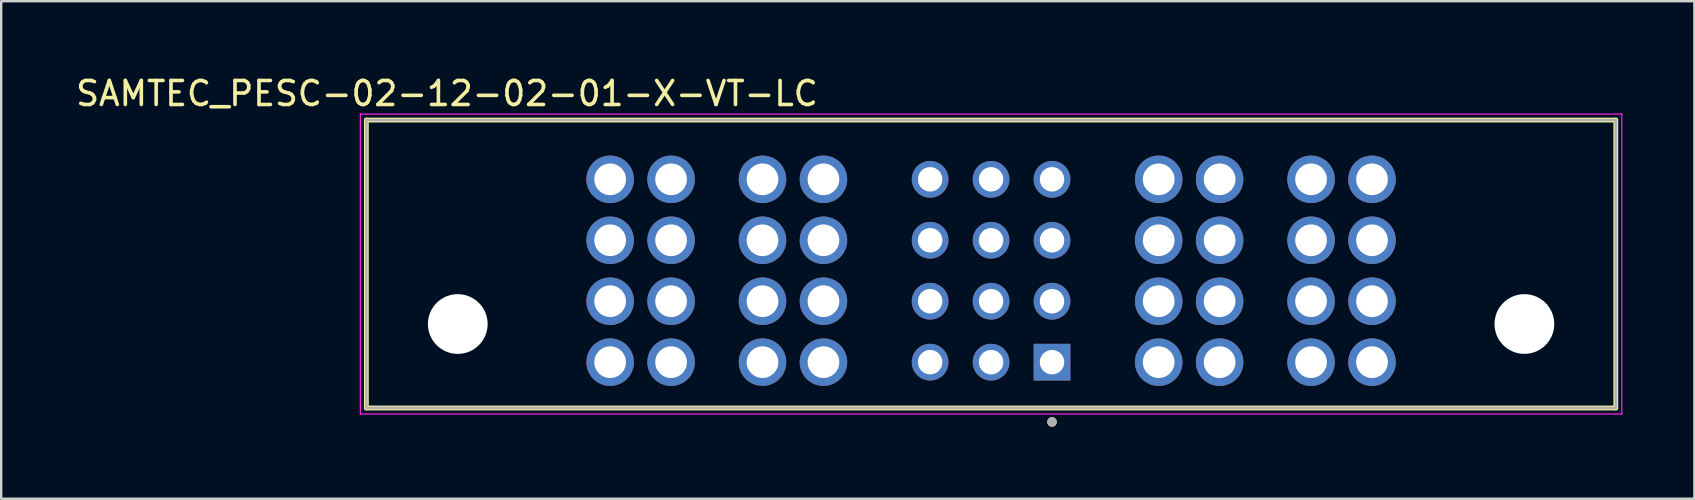
<source format=kicad_pcb>
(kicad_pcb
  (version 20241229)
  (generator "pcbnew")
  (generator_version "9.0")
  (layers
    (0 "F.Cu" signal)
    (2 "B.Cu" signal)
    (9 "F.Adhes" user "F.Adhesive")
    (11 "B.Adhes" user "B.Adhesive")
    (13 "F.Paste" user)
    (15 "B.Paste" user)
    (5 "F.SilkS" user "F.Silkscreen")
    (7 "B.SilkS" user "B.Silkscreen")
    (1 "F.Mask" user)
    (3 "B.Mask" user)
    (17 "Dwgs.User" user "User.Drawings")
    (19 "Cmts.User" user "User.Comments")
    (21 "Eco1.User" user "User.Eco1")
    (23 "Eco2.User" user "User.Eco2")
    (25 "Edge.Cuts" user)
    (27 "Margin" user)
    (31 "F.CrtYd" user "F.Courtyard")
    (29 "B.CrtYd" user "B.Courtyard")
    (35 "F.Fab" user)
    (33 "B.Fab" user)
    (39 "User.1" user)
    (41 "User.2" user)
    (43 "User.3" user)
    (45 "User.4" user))
  (footprint "SAMTEC_PESC-02-12-02-01-X-VT-LC"
    (layer "F.Cu")
    (at 38.252 10.453)
    (property "Reference" "SAMTEC_PESC-02-12-02-01-X-VT-LC" (at -22.675 -9.605 0) (layer "F.SilkS") (effects (font (size 1 1) (thickness 0.15))))
    (attr through_hole)
    (fp_line (start -26.035 -8.5) (end 26.035 -8.5) (stroke (width 0.2) (type solid)) (layer "F.SilkS"))
    (fp_line (start -26.035 3.5) (end -26.035 -8.5) (stroke (width 0.2) (type solid)) (layer "F.SilkS"))
    (fp_line (start 26.035 -8.5) (end 26.035 3.5) (stroke (width 0.2) (type solid)) (layer "F.SilkS"))
    (fp_line (start 26.035 3.5) (end -26.035 3.5) (stroke (width 0.2) (type solid)) (layer "F.SilkS"))
    (fp_circle (center 2.54 4.08) (end 2.64 4.08) (stroke (width 0.2) (type solid)) (fill no) (layer "F.SilkS"))
    (fp_line (start -26.285 -8.75) (end 26.285 -8.75) (stroke (width 0.05) (type solid)) (layer "F.CrtYd"))
    (fp_line (start -26.285 3.75) (end -26.285 -8.75) (stroke (width 0.05) (type solid)) (layer "F.CrtYd"))
    (fp_line (start 26.285 -8.75) (end 26.285 3.75) (stroke (width 0.05) (type solid)) (layer "F.CrtYd"))
    (fp_line (start 26.285 3.75) (end -26.285 3.75) (stroke (width 0.05) (type solid)) (layer "F.CrtYd"))
    (fp_line (start -26.035 -8.5) (end 26.035 -8.5) (stroke (width 0.1) (type solid)) (layer "F.Fab"))
    (fp_line (start -26.035 3.5) (end -26.035 -8.5) (stroke (width 0.1) (type solid)) (layer "F.Fab"))
    (fp_line (start 26.035 -8.5) (end 26.035 3.5) (stroke (width 0.1) (type solid)) (layer "F.Fab"))
    (fp_line (start 26.035 3.5) (end -26.035 3.5) (stroke (width 0.1) (type solid)) (layer "F.Fab"))
    (fp_circle (center 2.54 4.08) (end 2.64 4.08) (stroke (width 0.2) (type solid)) (fill no) (layer "F.Fab"))
    (pad "" np_thru_hole circle (at -22.225 0) (size 2.49 2.49) (drill 2.49) (layers "*.Cu" "*.Mask"))
    (pad "" np_thru_hole circle (at 22.225 0) (size 2.49 2.49) (drill 2.49) (layers "*.Cu" "*.Mask"))
    (pad "01" thru_hole rect (at 2.54 1.59) (size 1.53 1.53) (drill 1.02) (layers "*.Cu" "*.Mask"))
    (pad "02" thru_hole circle (at 2.54 -0.95) (size 1.53 1.53) (drill 1.02) (layers "*.Cu" "*.Mask"))
    (pad "03" thru_hole circle (at 2.54 -3.49) (size 1.53 1.53) (drill 1.02) (layers "*.Cu" "*.Mask"))
    (pad "04" thru_hole circle (at 2.54 -6.03) (size 1.53 1.53) (drill 1.02) (layers "*.Cu" "*.Mask"))
    (pad "05" thru_hole circle (at 0 1.59) (size 1.53 1.53) (drill 1.02) (layers "*.Cu" "*.Mask"))
    (pad "06" thru_hole circle (at 0 -0.95) (size 1.53 1.53) (drill 1.02) (layers "*.Cu" "*.Mask"))
    (pad "07" thru_hole circle (at 0 -3.49) (size 1.53 1.53) (drill 1.02) (layers "*.Cu" "*.Mask"))
    (pad "08" thru_hole circle (at 0 -6.03) (size 1.53 1.53) (drill 1.02) (layers "*.Cu" "*.Mask"))
    (pad "09" thru_hole circle (at -2.54 1.59) (size 1.53 1.53) (drill 1.02) (layers "*.Cu" "*.Mask"))
    (pad "10" thru_hole circle (at -2.54 -0.95) (size 1.53 1.53) (drill 1.02) (layers "*.Cu" "*.Mask"))
    (pad "11" thru_hole circle (at -2.54 -3.49) (size 1.53 1.53) (drill 1.02) (layers "*.Cu" "*.Mask"))
    (pad "12" thru_hole circle (at -2.54 -6.03) (size 1.53 1.53) (drill 1.02) (layers "*.Cu" "*.Mask"))
    (pad "P01_1" thru_hole circle (at 15.875 1.59) (size 1.98 1.98) (drill 1.32) (layers "*.Cu" "*.Mask"))
    (pad "P01_2" thru_hole circle (at 15.875 -0.95) (size 1.98 1.98) (drill 1.32) (layers "*.Cu" "*.Mask"))
    (pad "P01_3" thru_hole circle (at 15.875 -3.49) (size 1.98 1.98) (drill 1.32) (layers "*.Cu" "*.Mask"))
    (pad "P01_4" thru_hole circle (at 15.875 -6.03) (size 1.98 1.98) (drill 1.32) (layers "*.Cu" "*.Mask"))
    (pad "P01_5" thru_hole circle (at 13.335 1.59) (size 1.98 1.98) (drill 1.32) (layers "*.Cu" "*.Mask"))
    (pad "P01_6" thru_hole circle (at 13.335 -0.95) (size 1.98 1.98) (drill 1.32) (layers "*.Cu" "*.Mask"))
    (pad "P01_7" thru_hole circle (at 13.335 -3.49) (size 1.98 1.98) (drill 1.32) (layers "*.Cu" "*.Mask"))
    (pad "P01_8" thru_hole circle (at 13.335 -6.03) (size 1.98 1.98) (drill 1.32) (layers "*.Cu" "*.Mask"))
    (pad "P02_1" thru_hole circle (at 9.525 1.59) (size 1.98 1.98) (drill 1.32) (layers "*.Cu" "*.Mask"))
    (pad "P02_2" thru_hole circle (at 9.525 -0.95) (size 1.98 1.98) (drill 1.32) (layers "*.Cu" "*.Mask"))
    (pad "P02_3" thru_hole circle (at 9.525 -3.49) (size 1.98 1.98) (drill 1.32) (layers "*.Cu" "*.Mask"))
    (pad "P02_4" thru_hole circle (at 9.525 -6.03) (size 1.98 1.98) (drill 1.32) (layers "*.Cu" "*.Mask"))
    (pad "P02_5" thru_hole circle (at 6.985 1.59) (size 1.98 1.98) (drill 1.32) (layers "*.Cu" "*.Mask"))
    (pad "P02_6" thru_hole circle (at 6.985 -0.95) (size 1.98 1.98) (drill 1.32) (layers "*.Cu" "*.Mask"))
    (pad "P02_7" thru_hole circle (at 6.985 -3.49) (size 1.98 1.98) (drill 1.32) (layers "*.Cu" "*.Mask"))
    (pad "P02_8" thru_hole circle (at 6.985 -6.03) (size 1.98 1.98) (drill 1.32) (layers "*.Cu" "*.Mask"))
    (pad "P03_1" thru_hole circle (at -6.985 1.59) (size 1.98 1.98) (drill 1.32) (layers "*.Cu" "*.Mask"))
    (pad "P03_2" thru_hole circle (at -6.985 -0.95) (size 1.98 1.98) (drill 1.32) (layers "*.Cu" "*.Mask"))
    (pad "P03_3" thru_hole circle (at -6.985 -3.49) (size 1.98 1.98) (drill 1.32) (layers "*.Cu" "*.Mask"))
    (pad "P03_4" thru_hole circle (at -6.985 -6.03) (size 1.98 1.98) (drill 1.32) (layers "*.Cu" "*.Mask"))
    (pad "P03_5" thru_hole circle (at -9.525 1.59) (size 1.98 1.98) (drill 1.32) (layers "*.Cu" "*.Mask"))
    (pad "P03_6" thru_hole circle (at -9.525 -0.95) (size 1.98 1.98) (drill 1.32) (layers "*.Cu" "*.Mask"))
    (pad "P03_7" thru_hole circle (at -9.525 -3.49) (size 1.98 1.98) (drill 1.32) (layers "*.Cu" "*.Mask"))
    (pad "P03_8" thru_hole circle (at -9.525 -6.03) (size 1.98 1.98) (drill 1.32) (layers "*.Cu" "*.Mask"))
    (pad "P04_1" thru_hole circle (at -13.335 1.59) (size 1.98 1.98) (drill 1.32) (layers "*.Cu" "*.Mask"))
    (pad "P04_2" thru_hole circle (at -13.335 -0.95) (size 1.98 1.98) (drill 1.32) (layers "*.Cu" "*.Mask"))
    (pad "P04_3" thru_hole circle (at -13.335 -3.49) (size 1.98 1.98) (drill 1.32) (layers "*.Cu" "*.Mask"))
    (pad "P04_4" thru_hole circle (at -13.335 -6.03) (size 1.98 1.98) (drill 1.32) (layers "*.Cu" "*.Mask"))
    (pad "P04_5" thru_hole circle (at -15.875 1.59) (size 1.98 1.98) (drill 1.32) (layers "*.Cu" "*.Mask"))
    (pad "P04_6" thru_hole circle (at -15.875 -0.95) (size 1.98 1.98) (drill 1.32) (layers "*.Cu" "*.Mask"))
    (pad "P04_7" thru_hole circle (at -15.875 -3.49) (size 1.98 1.98) (drill 1.32) (layers "*.Cu" "*.Mask"))
    (pad "P04_8" thru_hole circle (at -15.875 -6.03) (size 1.98 1.98) (drill 1.32) (layers "*.Cu" "*.Mask")))
  (gr_rect
    (start -3 -3)
    (end 67.562 17.733)
    (stroke (width 0.1) (type default))
    (fill no)
    (layer "Edge.Cuts")))
</source>
